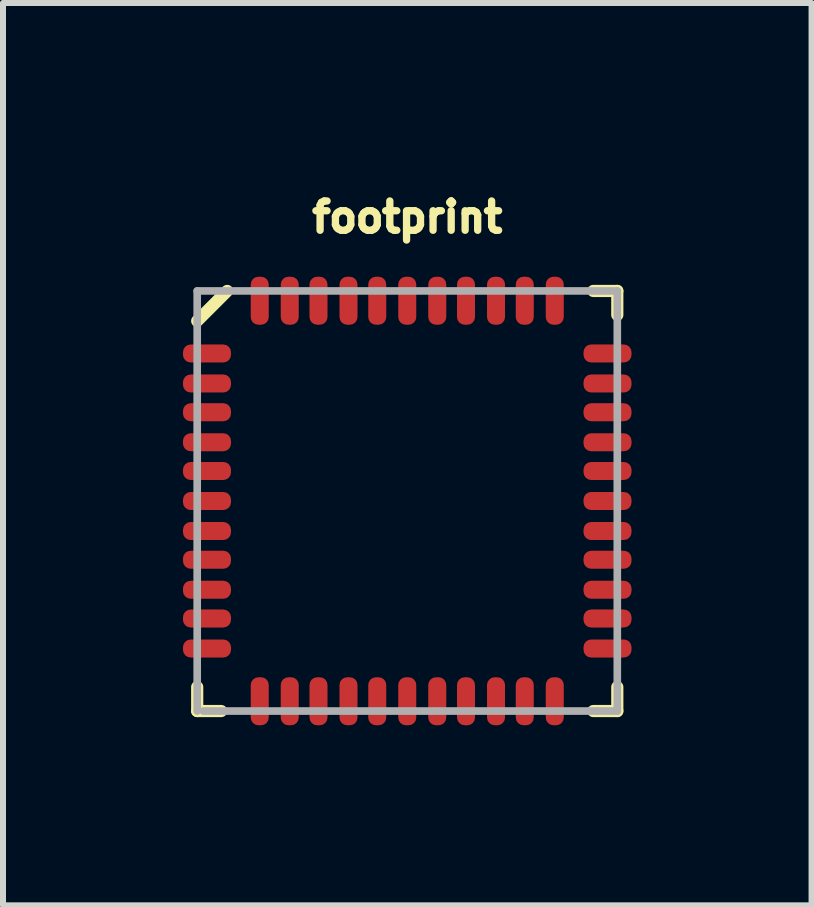
<source format=kicad_pcb>
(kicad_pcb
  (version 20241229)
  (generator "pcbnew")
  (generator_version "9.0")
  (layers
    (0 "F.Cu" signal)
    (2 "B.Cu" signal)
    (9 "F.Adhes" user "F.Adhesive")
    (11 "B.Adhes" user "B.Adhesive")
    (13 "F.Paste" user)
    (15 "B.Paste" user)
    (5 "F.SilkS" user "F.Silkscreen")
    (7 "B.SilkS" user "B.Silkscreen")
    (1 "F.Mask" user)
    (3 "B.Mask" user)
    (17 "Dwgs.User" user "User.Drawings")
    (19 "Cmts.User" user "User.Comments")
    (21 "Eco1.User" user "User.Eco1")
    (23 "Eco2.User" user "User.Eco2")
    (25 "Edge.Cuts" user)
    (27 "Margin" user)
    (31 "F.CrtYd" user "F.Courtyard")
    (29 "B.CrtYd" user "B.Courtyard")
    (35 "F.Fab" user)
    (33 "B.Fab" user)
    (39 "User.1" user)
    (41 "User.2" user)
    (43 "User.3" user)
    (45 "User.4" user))
  (footprint "footprint"
    (layer "F.Cu")
    (at 3.736 5.298)
    (property "Reference" "footprint" (at 0 -4.445 0) (layer "F.SilkS") (effects (font (size 0.488 0.488) (thickness 0.122)) (justify bottom)))
    (fp_line (start -3.5 3.5) (end -3.5 3.1) (stroke (width 0.203) (type solid)) (layer "F.SilkS"))
    (fp_line (start -3.1 3.5) (end -3.5 3.5) (stroke (width 0.203) (type solid)) (layer "F.SilkS"))
    (fp_line (start -3 -3.5) (end -3.5 -3) (stroke (width 0.203) (type solid)) (layer "F.SilkS"))
    (fp_line (start 3.1 3.5) (end 3.5 3.5) (stroke (width 0.203) (type solid)) (layer "F.SilkS"))
    (fp_line (start 3.5 -3.5) (end 3.1 -3.5) (stroke (width 0.203) (type solid)) (layer "F.SilkS"))
    (fp_line (start 3.5 -3.1) (end 3.5 -3.5) (stroke (width 0.203) (type solid)) (layer "F.SilkS"))
    (fp_line (start 3.5 3.1) (end 3.5 3.5) (stroke (width 0.203) (type solid)) (layer "F.SilkS"))
    (fp_line (start -3.5 -3.5) (end -3.5 3.5) (stroke (width 0.127) (type solid)) (layer "F.Fab"))
    (fp_line (start -3.4 3.5) (end 3.5 3.5) (stroke (width 0.127) (type solid)) (layer "F.Fab"))
    (fp_line (start 3.5 -3.5) (end -3.5 -3.5) (stroke (width 0.127) (type solid)) (layer "F.Fab"))
    (fp_line (start 3.5 3.5) (end 3.5 -3.5) (stroke (width 0.127) (type solid)) (layer "F.Fab"))
    (pad "1" smd roundrect (at -3.337 -2.458 180) (size 0.8 0.3) (layers "F.Cu" "F.Mask" "F.Paste") (roundrect_rratio 0.425))
    (pad "2" smd roundrect (at -3.337 -1.958 180) (size 0.8 0.3) (layers "F.Cu" "F.Mask" "F.Paste") (roundrect_rratio 0.425))
    (pad "3" smd roundrect (at -3.337 -1.479 180) (size 0.8 0.3) (layers "F.Cu" "F.Mask" "F.Paste") (roundrect_rratio 0.425))
    (pad "4" smd roundrect (at -3.337 -0.979 180) (size 0.8 0.3) (layers "F.Cu" "F.Mask" "F.Paste") (roundrect_rratio 0.425))
    (pad "5" smd roundrect (at -3.337 -0.5 180) (size 0.8 0.3) (layers "F.Cu" "F.Mask" "F.Paste") (roundrect_rratio 0.425))
    (pad "6" smd roundrect (at -3.337 0 180) (size 0.8 0.3) (layers "F.Cu" "F.Mask" "F.Paste") (roundrect_rratio 0.425))
    (pad "7" smd roundrect (at -3.337 0.5) (size 0.8 0.3) (layers "F.Cu" "F.Mask" "F.Paste") (roundrect_rratio 0.425))
    (pad "8" smd roundrect (at -3.337 0.979) (size 0.8 0.3) (layers "F.Cu" "F.Mask" "F.Paste") (roundrect_rratio 0.425))
    (pad "9" smd roundrect (at -3.337 1.479) (size 0.8 0.3) (layers "F.Cu" "F.Mask" "F.Paste") (roundrect_rratio 0.425))
    (pad "10" smd roundrect (at -3.337 1.958) (size 0.8 0.3) (layers "F.Cu" "F.Mask" "F.Paste") (roundrect_rratio 0.425))
    (pad "11" smd roundrect (at -3.337 2.458) (size 0.8 0.3) (layers "F.Cu" "F.Mask" "F.Paste") (roundrect_rratio 0.425))
    (pad "12" smd roundrect (at -2.458 3.337 270) (size 0.8 0.3) (layers "F.Cu" "F.Mask" "F.Paste") (roundrect_rratio 0.425))
    (pad "13" smd roundrect (at -1.958 3.337 270) (size 0.8 0.3) (layers "F.Cu" "F.Mask" "F.Paste") (roundrect_rratio 0.425))
    (pad "14" smd roundrect (at -1.479 3.337 270) (size 0.8 0.3) (layers "F.Cu" "F.Mask" "F.Paste") (roundrect_rratio 0.425))
    (pad "15" smd roundrect (at -0.979 3.337 270) (size 0.8 0.3) (layers "F.Cu" "F.Mask" "F.Paste") (roundrect_rratio 0.425))
    (pad "16" smd roundrect (at -0.5 3.337 270) (size 0.8 0.3) (layers "F.Cu" "F.Mask" "F.Paste") (roundrect_rratio 0.425))
    (pad "17" smd roundrect (at 0 3.337 270) (size 0.8 0.3) (layers "F.Cu" "F.Mask" "F.Paste") (roundrect_rratio 0.425))
    (pad "18" smd roundrect (at 0.5 3.337 90) (size 0.8 0.3) (layers "F.Cu" "F.Mask" "F.Paste") (roundrect_rratio 0.425))
    (pad "19" smd roundrect (at 0.979 3.337 90) (size 0.8 0.3) (layers "F.Cu" "F.Mask" "F.Paste") (roundrect_rratio 0.425))
    (pad "20" smd roundrect (at 1.479 3.337 90) (size 0.8 0.3) (layers "F.Cu" "F.Mask" "F.Paste") (roundrect_rratio 0.425))
    (pad "21" smd roundrect (at 1.958 3.337 90) (size 0.8 0.3) (layers "F.Cu" "F.Mask" "F.Paste") (roundrect_rratio 0.425))
    (pad "22" smd roundrect (at 2.458 3.337 90) (size 0.8 0.3) (layers "F.Cu" "F.Mask" "F.Paste") (roundrect_rratio 0.425))
    (pad "23" smd roundrect (at 3.337 2.458) (size 0.8 0.3) (layers "F.Cu" "F.Mask" "F.Paste") (roundrect_rratio 0.425))
    (pad "24" smd roundrect (at 3.337 1.958) (size 0.8 0.3) (layers "F.Cu" "F.Mask" "F.Paste") (roundrect_rratio 0.425))
    (pad "25" smd roundrect (at 3.337 1.479) (size 0.8 0.3) (layers "F.Cu" "F.Mask" "F.Paste") (roundrect_rratio 0.425))
    (pad "26" smd roundrect (at 3.337 0.979) (size 0.8 0.3) (layers "F.Cu" "F.Mask" "F.Paste") (roundrect_rratio 0.425))
    (pad "27" smd roundrect (at 3.337 0.5) (size 0.8 0.3) (layers "F.Cu" "F.Mask" "F.Paste") (roundrect_rratio 0.425))
    (pad "28" smd roundrect (at 3.337 0) (size 0.8 0.3) (layers "F.Cu" "F.Mask" "F.Paste") (roundrect_rratio 0.425))
    (pad "29" smd roundrect (at 3.337 -0.5 180) (size 0.8 0.3) (layers "F.Cu" "F.Mask" "F.Paste") (roundrect_rratio 0.425))
    (pad "30" smd roundrect (at 3.337 -0.979 180) (size 0.8 0.3) (layers "F.Cu" "F.Mask" "F.Paste") (roundrect_rratio 0.425))
    (pad "31" smd roundrect (at 3.337 -1.479 180) (size 0.8 0.3) (layers "F.Cu" "F.Mask" "F.Paste") (roundrect_rratio 0.425))
    (pad "32" smd roundrect (at 3.337 -1.958 180) (size 0.8 0.3) (layers "F.Cu" "F.Mask" "F.Paste") (roundrect_rratio 0.425))
    (pad "33" smd roundrect (at 3.337 -2.458 180) (size 0.8 0.3) (layers "F.Cu" "F.Mask" "F.Paste") (roundrect_rratio 0.425))
    (pad "34" smd roundrect (at 2.458 -3.337 90) (size 0.8 0.3) (layers "F.Cu" "F.Mask" "F.Paste") (roundrect_rratio 0.425))
    (pad "35" smd roundrect (at 1.958 -3.337 90) (size 0.8 0.3) (layers "F.Cu" "F.Mask" "F.Paste") (roundrect_rratio 0.425))
    (pad "36" smd roundrect (at 1.479 -3.337 90) (size 0.8 0.3) (layers "F.Cu" "F.Mask" "F.Paste") (roundrect_rratio 0.425))
    (pad "37" smd roundrect (at 0.979 -3.337 90) (size 0.8 0.3) (layers "F.Cu" "F.Mask" "F.Paste") (roundrect_rratio 0.425))
    (pad "38" smd roundrect (at 0.5 -3.337 90) (size 0.8 0.3) (layers "F.Cu" "F.Mask" "F.Paste") (roundrect_rratio 0.425))
    (pad "39" smd roundrect (at 0 -3.337 90) (size 0.8 0.3) (layers "F.Cu" "F.Mask" "F.Paste") (roundrect_rratio 0.425))
    (pad "40" smd roundrect (at -0.5 -3.337 270) (size 0.8 0.3) (layers "F.Cu" "F.Mask" "F.Paste") (roundrect_rratio 0.425))
    (pad "41" smd roundrect (at -0.979 -3.337 270) (size 0.8 0.3) (layers "F.Cu" "F.Mask" "F.Paste") (roundrect_rratio 0.425))
    (pad "42" smd roundrect (at -1.479 -3.337 270) (size 0.8 0.3) (layers "F.Cu" "F.Mask" "F.Paste") (roundrect_rratio 0.425))
    (pad "43" smd roundrect (at -1.958 -3.337 270) (size 0.8 0.3) (layers "F.Cu" "F.Mask" "F.Paste") (roundrect_rratio 0.425))
    (pad "44" smd roundrect (at -2.458 -3.337 270) (size 0.8 0.3) (layers "F.Cu" "F.Mask" "F.Paste") (roundrect_rratio 0.425)))
  (gr_rect
    (start -3 -3)
    (end 10.473 12.035)
    (stroke (width 0.1) (type default))
    (fill no)
    (layer "Edge.Cuts")))
</source>
